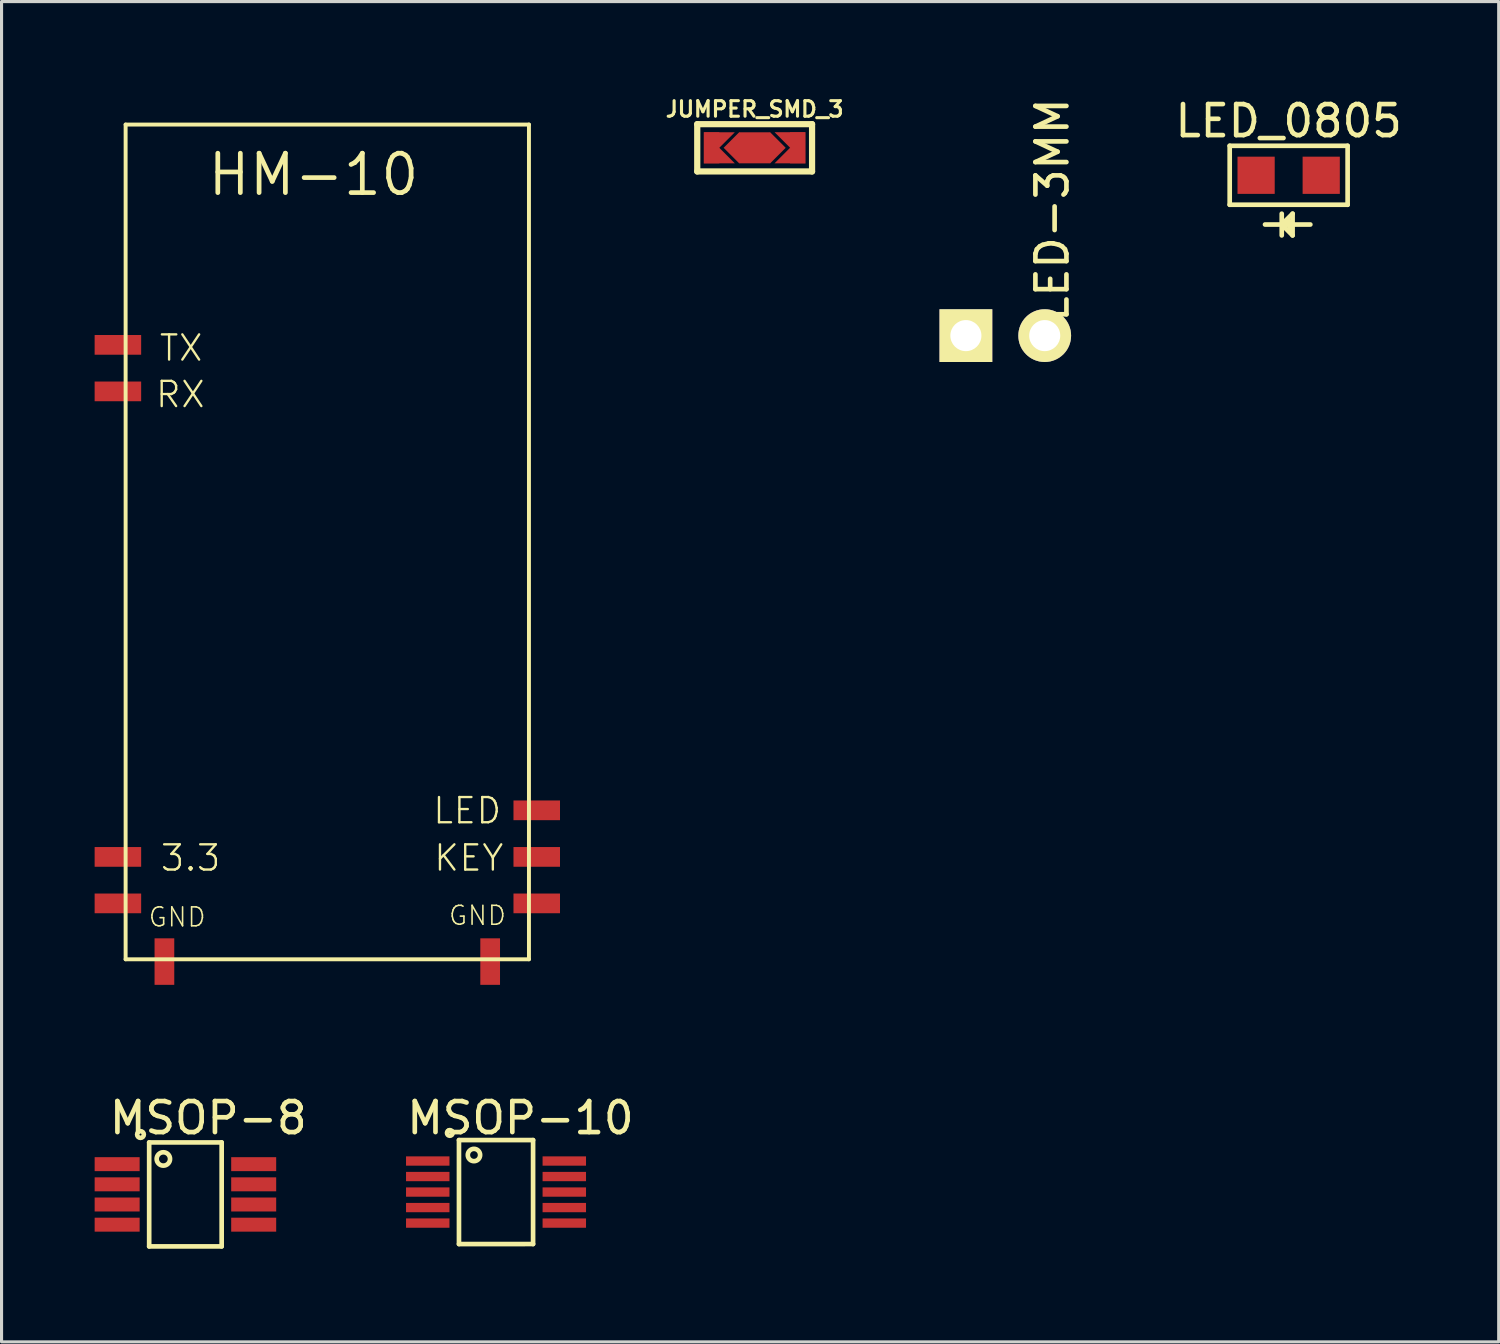
<source format=kicad_pcb>
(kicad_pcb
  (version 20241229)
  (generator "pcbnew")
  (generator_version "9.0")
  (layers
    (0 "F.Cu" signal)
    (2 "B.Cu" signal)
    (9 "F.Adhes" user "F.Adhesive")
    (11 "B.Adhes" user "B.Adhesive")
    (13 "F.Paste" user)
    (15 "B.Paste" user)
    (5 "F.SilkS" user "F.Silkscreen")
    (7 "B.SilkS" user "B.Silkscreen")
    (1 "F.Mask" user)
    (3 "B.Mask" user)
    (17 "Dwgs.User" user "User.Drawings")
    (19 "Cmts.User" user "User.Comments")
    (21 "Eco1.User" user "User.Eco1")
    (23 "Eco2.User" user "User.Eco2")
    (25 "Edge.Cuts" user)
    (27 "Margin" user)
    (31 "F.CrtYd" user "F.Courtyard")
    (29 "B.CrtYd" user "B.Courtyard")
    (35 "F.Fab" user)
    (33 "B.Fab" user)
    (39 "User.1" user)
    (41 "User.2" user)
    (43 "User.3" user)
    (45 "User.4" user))
  (footprint "LED-3MM"
    (layer "F.Cu")
    (at 28.075 7.765)
    (property "Reference" "LED-3MM" (at 2.785 -4.045 270) (layer "F.SilkS") (effects (font (size 1 1) (thickness 0.15))))
    (attr through_hole)
    (fp_line (start -0.23 -1) (end -0.23 1) (stroke (width 0.15) (type solid)) (layer "Eco1.User"))
    (fp_line (start 2.77 -1) (end -0.23 -1) (stroke (width 0.15) (type solid)) (layer "Eco1.User"))
    (fp_line (start 2.77 -1) (end 2.77 1) (stroke (width 0.15) (type solid)) (layer "Eco1.User"))
    (fp_line (start 2.77 1) (end -0.23 1) (stroke (width 0.15) (type solid)) (layer "Eco1.User"))
    (pad "1" thru_hole rect (at 0 0 90) (size 1.7 1.7) (drill 1.001) (layers "*.Cu" "*.Mask" "F.SilkS"))
    (pad "2" thru_hole circle (at 2.54 0) (size 1.7 1.7) (drill 1.001) (layers "*.Cu" "*.Mask" "F.SilkS")))
  (footprint "MSOP-8"
    (layer "F.Cu")
    (at 2.925 35.439)
    (property "Reference" "MSOP-8" (at 0.737 -2.464 0) (layer "F.SilkS") (effects (font (size 1 1) (thickness 0.15))))
    (attr smd)
    (fp_line (start -1.168 -1.675) (end -1.168 1.675) (stroke (width 0.15) (type solid)) (layer "F.SilkS"))
    (fp_line (start -1.168 -1.675) (end 1.168 -1.675) (stroke (width 0.15) (type solid)) (layer "F.SilkS"))
    (fp_line (start -1.168 1.676) (end 1.168 1.675) (stroke (width 0.15) (type solid)) (layer "F.SilkS"))
    (fp_line (start 1.168 -1.675) (end 1.168 1.675) (stroke (width 0.15) (type solid)) (layer "F.SilkS"))
    (fp_circle (center -1.448 -1.93) (end -1.524 -2.007) (stroke (width 0.15) (type solid)) (fill no) (layer "F.SilkS"))
    (fp_circle (center -0.711 -1.143) (end -0.864 -1.295) (stroke (width 0.15) (type solid)) (fill no) (layer "F.SilkS"))
    (pad "1" smd rect (at -2.2 -0.975) (size 1.45 0.45) (layers "F.Cu" "F.Mask" "F.Paste"))
    (pad "2" smd rect (at -2.2 -0.325) (size 1.45 0.45) (layers "F.Cu" "F.Mask" "F.Paste"))
    (pad "3" smd rect (at -2.2 0.325) (size 1.45 0.45) (layers "F.Cu" "F.Mask" "F.Paste"))
    (pad "4" smd rect (at -2.2 0.975) (size 1.45 0.45) (layers "F.Cu" "F.Mask" "F.Paste"))
    (pad "5" smd rect (at 2.2 0.975) (size 1.45 0.45) (layers "F.Cu" "F.Mask" "F.Paste"))
    (pad "6" smd rect (at 2.2 0.325) (size 1.45 0.45) (layers "F.Cu" "F.Mask" "F.Paste"))
    (pad "7" smd rect (at 2.2 -0.325) (size 1.45 0.45) (layers "F.Cu" "F.Mask" "F.Paste"))
    (pad "8" smd rect (at 2.2 -0.975) (size 1.45 0.45) (layers "F.Cu" "F.Mask" "F.Paste")))
  (footprint "MSOP-10"
    (layer "F.Cu")
    (at 12.934 35.363)
    (property "Reference" "MSOP-10" (at 0.787 -2.388 0) (layer "F.SilkS") (effects (font (size 1 1) (thickness 0.15))))
    (attr smd)
    (fp_line (start -1.194 -1.675) (end 1.194 -1.675) (stroke (width 0.15) (type solid)) (layer "F.SilkS"))
    (fp_line (start -1.194 1.675) (end -1.194 -1.675) (stroke (width 0.15) (type solid)) (layer "F.SilkS"))
    (fp_line (start -1.194 1.676) (end 1.194 1.675) (stroke (width 0.15) (type solid)) (layer "F.SilkS"))
    (fp_line (start 1.194 1.675) (end 1.194 -1.675) (stroke (width 0.15) (type solid)) (layer "F.SilkS"))
    (fp_circle (center -1.489 -1.905) (end -1.565 -1.956) (stroke (width 0.15) (type solid)) (fill no) (layer "F.SilkS"))
    (fp_circle (center -0.711 -1.194) (end -0.864 -1.321) (stroke (width 0.15) (type solid)) (fill no) (layer "F.SilkS"))
    (pad "1" smd rect (at -2.2 -1) (size 1.4 0.3) (layers "F.Cu" "F.Mask" "F.Paste"))
    (pad "2" smd rect (at -2.2 -0.5) (size 1.4 0.3) (layers "F.Cu" "F.Mask" "F.Paste"))
    (pad "3" smd rect (at -2.2 0) (size 1.4 0.3) (layers "F.Cu" "F.Mask" "F.Paste"))
    (pad "4" smd rect (at -2.2 0.5) (size 1.4 0.3) (layers "F.Cu" "F.Mask" "F.Paste"))
    (pad "5" smd rect (at -2.2 1) (size 1.4 0.3) (layers "F.Cu" "F.Mask" "F.Paste"))
    (pad "6" smd rect (at 2.2 1) (size 1.4 0.3) (layers "F.Cu" "F.Mask" "F.Paste"))
    (pad "7" smd rect (at 2.2 0.5) (size 1.4 0.3) (layers "F.Cu" "F.Mask" "F.Paste"))
    (pad "8" smd rect (at 2.2 0) (size 1.4 0.3) (layers "F.Cu" "F.Mask" "F.Paste"))
    (pad "9" smd rect (at 2.2 -0.5) (size 1.4 0.3) (layers "F.Cu" "F.Mask" "F.Paste"))
    (pad "10" smd rect (at 2.2 -1) (size 1.4 0.3) (layers "F.Cu" "F.Mask" "F.Paste")))
  (footprint "JUMPER_SMD_3"
    (layer "F.Cu")
    (at 21.268 1.713)
    (property "Reference" "JUMPER_SMD_3" (at 0 -1.245 0) (layer "F.SilkS") (effects (font (size 0.5 0.5) (thickness 0.1))))
    (attr through_hole)
    (fp_line (start -1.85 -0.762) (end 1.85 -0.762) (stroke (width 0.2) (type solid)) (layer "F.SilkS"))
    (fp_line (start -1.85 0.762) (end -1.85 -0.762) (stroke (width 0.2) (type solid)) (layer "F.SilkS"))
    (fp_line (start 1.85 -0.762) (end 1.85 0.762) (stroke (width 0.2) (type solid)) (layer "F.SilkS"))
    (fp_line (start 1.85 0.762) (end -1.85 0.762) (stroke (width 0.2) (type solid)) (layer "F.SilkS"))
    (pad "1" smd rect (at -1.39 0 180) (size 0.5 1) (layers "F.Cu" "F.Mask" "F.Paste"))
    (pad "1" smd trapezoid (at -1.14 -0.25 180) (size 0.5 0.5) (rect_delta 0 0.5) (layers "F.Cu" "F.Mask" "F.Paste"))
    (pad "1" smd trapezoid (at -1.14 0.25) (size 0.5 0.5) (rect_delta 0 0.5) (layers "F.Cu" "F.Mask" "F.Paste"))
    (pad "2" smd rect (at -0.5 0 45) (size 0.707 0.707) (layers "F.Cu" "F.Mask" "F.Paste"))
    (pad "2" smd rect (at 0 0) (size 1 1) (layers "F.Cu" "F.Mask" "F.Paste"))
    (pad "2" smd rect (at 0.5 0 45) (size 0.707 0.707) (layers "F.Cu" "F.Mask" "F.Paste"))
    (pad "3" smd trapezoid (at 1.14 -0.254 180) (size 0.5 0.5) (rect_delta 0 0.5) (layers "F.Cu" "F.Mask" "F.Paste"))
    (pad "3" smd trapezoid (at 1.14 0.25) (size 0.5 0.5) (rect_delta 0 0.5) (layers "F.Cu" "F.Mask" "F.Paste"))
    (pad "3" smd rect (at 1.39 0 180) (size 0.5 1) (layers "F.Cu" "F.Mask" "F.Paste")))
  (footprint "LED_0805"
    (layer "F.Cu")
    (at 38.476 2.598)
    (property "Reference" "LED_0805" (at 0 -1.75 0) (layer "F.SilkS") (effects (font (size 1 1) (thickness 0.15))))
    (attr smd)
    (fp_line (start -1.9 -0.95) (end 1.9 -0.95) (stroke (width 0.15) (type solid)) (layer "F.SilkS"))
    (fp_line (start -1.9 0.95) (end -1.9 -0.95) (stroke (width 0.15) (type solid)) (layer "F.SilkS"))
    (fp_line (start -0.762 1.587) (end 0.699 1.587) (stroke (width 0.15) (type solid)) (layer "F.SilkS"))
    (fp_line (start -0.223 1.238) (end -0.223 1.938) (stroke (width 0.15) (type solid)) (layer "F.SilkS"))
    (fp_line (start -0.223 1.587) (end 0.127 1.238) (stroke (width 0.15) (type solid)) (layer "F.SilkS"))
    (fp_line (start 0.027 1.488) (end -0.123 1.637) (stroke (width 0.15) (type solid)) (layer "F.SilkS"))
    (fp_line (start 0.027 1.738) (end 0.027 1.488) (stroke (width 0.15) (type solid)) (layer "F.SilkS"))
    (fp_line (start 0.127 1.238) (end 0.127 1.938) (stroke (width 0.15) (type solid)) (layer "F.SilkS"))
    (fp_line (start 0.127 1.938) (end -0.223 1.587) (stroke (width 0.15) (type solid)) (layer "F.SilkS"))
    (fp_line (start 1.9 -0.95) (end 1.9 0.95) (stroke (width 0.15) (type solid)) (layer "F.SilkS"))
    (fp_line (start 1.9 0.95) (end -1.9 0.95) (stroke (width 0.15) (type solid)) (layer "F.SilkS"))
    (pad "1" smd rect (at 1.049 0 180) (size 1.199 1.199) (layers "F.Cu" "F.Mask" "F.Paste"))
    (pad "2" smd rect (at -1.049 0 180) (size 1.199 1.199) (layers "F.Cu" "F.Mask" "F.Paste")))
  (footprint "HM-10"
    (layer "F.Cu")
    (at 8.247 8.063)
    (property "Reference" "HM-10" (at -1.194 -5.486 0) (layer "F.SilkS") (effects (font (size 1.27 1.27) (thickness 0.152))))
    (attr smd)
    (fp_line (start -7.249 -7.099) (end 5.748 -7.099) (stroke (width 0.127) (type solid)) (layer "F.SilkS"))
    (fp_line (start -7.249 19.799) (end -7.249 -7.099) (stroke (width 0.127) (type solid)) (layer "F.SilkS"))
    (fp_line (start 5.748 -7.099) (end 5.748 19.799) (stroke (width 0.127) (type solid)) (layer "F.SilkS"))
    (fp_line (start 5.748 19.799) (end -7.249 19.799) (stroke (width 0.127) (type solid)) (layer "F.SilkS"))
    (fp_line (start -8 -8) (end -8 21) (stroke (width 0.127) (type solid)) (layer "Eco1.User"))
    (fp_line (start -8 -8) (end 7 -8) (stroke (width 0.127) (type solid)) (layer "Eco1.User"))
    (fp_line (start -8 21) (end 7 21) (stroke (width 0.127) (type solid)) (layer "Eco1.User"))
    (fp_line (start 7 -8) (end 7 21) (stroke (width 0.127) (type solid)) (layer "Eco1.User"))
    (fp_text user "GND" (at -5.588 18.44 0) (layer "F.SilkS") (effects (font (size 0.61 0.61) (thickness 0.051))))
    (fp_text user "3.3" (at -5.156 16.535 0) (layer "F.SilkS") (effects (font (size 0.813 0.813) (thickness 0.076))))
    (fp_text user "TX" (at -5.461 0.102 0) (layer "F.SilkS") (effects (font (size 0.813 0.813) (thickness 0.076))))
    (fp_text user "RX" (at -5.486 1.6 0) (layer "F.SilkS") (effects (font (size 0.813 0.813) (thickness 0.076))))
    (fp_text user "LED" (at 3.759 15.011 0) (layer "F.SilkS") (effects (font (size 0.813 0.813) (thickness 0.076))))
    (fp_text user "GND" (at 4.089 18.39 0) (layer "F.SilkS") (effects (font (size 0.61 0.61) (thickness 0.051))))
    (fp_text user "KEY" (at 3.81 16.535 0) (layer "F.SilkS") (effects (font (size 0.813 0.813) (thickness 0.076))))
    (pad "1" smd rect (at -7.498 0) (size 1.499 0.635) (layers "F.Cu" "F.Mask" "F.Paste"))
    (pad "2" smd rect (at -7.498 1.499) (size 1.499 0.635) (layers "F.Cu" "F.Mask" "F.Paste"))
    (pad "12" smd rect (at -7.498 16.5) (size 1.499 0.635) (layers "F.Cu" "F.Mask" "F.Paste"))
    (pad "13" smd rect (at -7.498 17.998) (size 1.499 0.635) (layers "F.Cu" "F.Mask" "F.Paste"))
    (pad "14" smd rect (at -5.999 19.873 90) (size 1.499 0.635) (layers "F.Cu" "F.Mask" "F.Paste"))
    (pad "21" smd rect (at 4.498 19.873 90) (size 1.499 0.635) (layers "F.Cu" "F.Mask" "F.Paste"))
    (pad "22" smd rect (at 5.999 17.998 180) (size 1.499 0.635) (layers "F.Cu" "F.Mask" "F.Paste"))
    (pad "23" smd rect (at 5.999 16.5 180) (size 1.499 0.635) (layers "F.Cu" "F.Mask" "F.Paste"))
    (pad "24" smd rect (at 5.999 14.999 180) (size 1.499 0.635) (layers "F.Cu" "F.Mask" "F.Paste")))
  (gr_rect
    (start -3 -3)
    (end 45.244 40.19)
    (stroke (width 0.1) (type default))
    (fill no)
    (layer "Edge.Cuts")))
</source>
